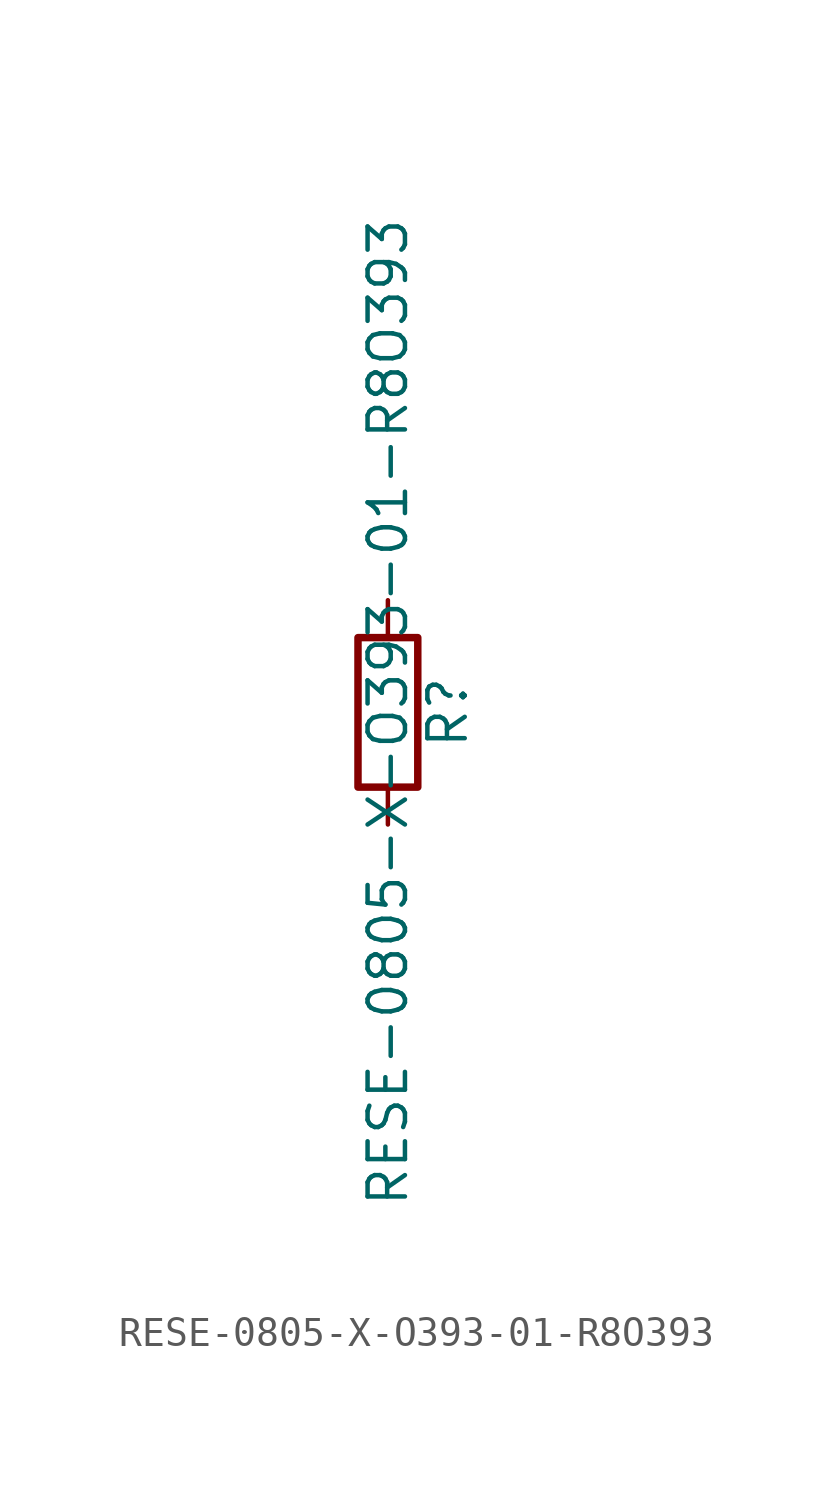
<source format=kicad_sym>
(kicad_symbol_lib
  (version 20211014)
  (generator kicad_symbol_editor)
  (symbol "RESE-0805-X-O393-01-R8O393"
    (pin_numbers hide)
    (pin_names
      (offset 0))
    (property "Reference" "R"
      (at 2.032 0 90)
      (effects (font (size 1.27 1.27))))
    (property "Value" "RESE-0805-X-O393-01-R8O393"
      (at 0 0 90)
      (effects (font (size 1.27 1.27))))
    (symbol "RESE-0805-X-O393-01-R8O393_0_1"
      (rectangle (start -1.016 -2.54) (end 1.016 2.54) (stroke (width 0.254) (type default) (color 0 0 0 0)) (fill (type none))))
    (symbol "RESE-0805-X-O393-01-R8O393_1_1"
      (pin passive line (at 0 3.81 270) (length 1.27) (name "~" (effects (font (size 1.27 1.27)))) (number "1" (effects (font (size 1.27 1.27)))))
      (pin passive line (at 0 -3.81 90) (length 1.27) (name "~" (effects (font (size 1.27 1.27)))) (number "2" (effects (font (size 1.27 1.27))))))))
</source>
